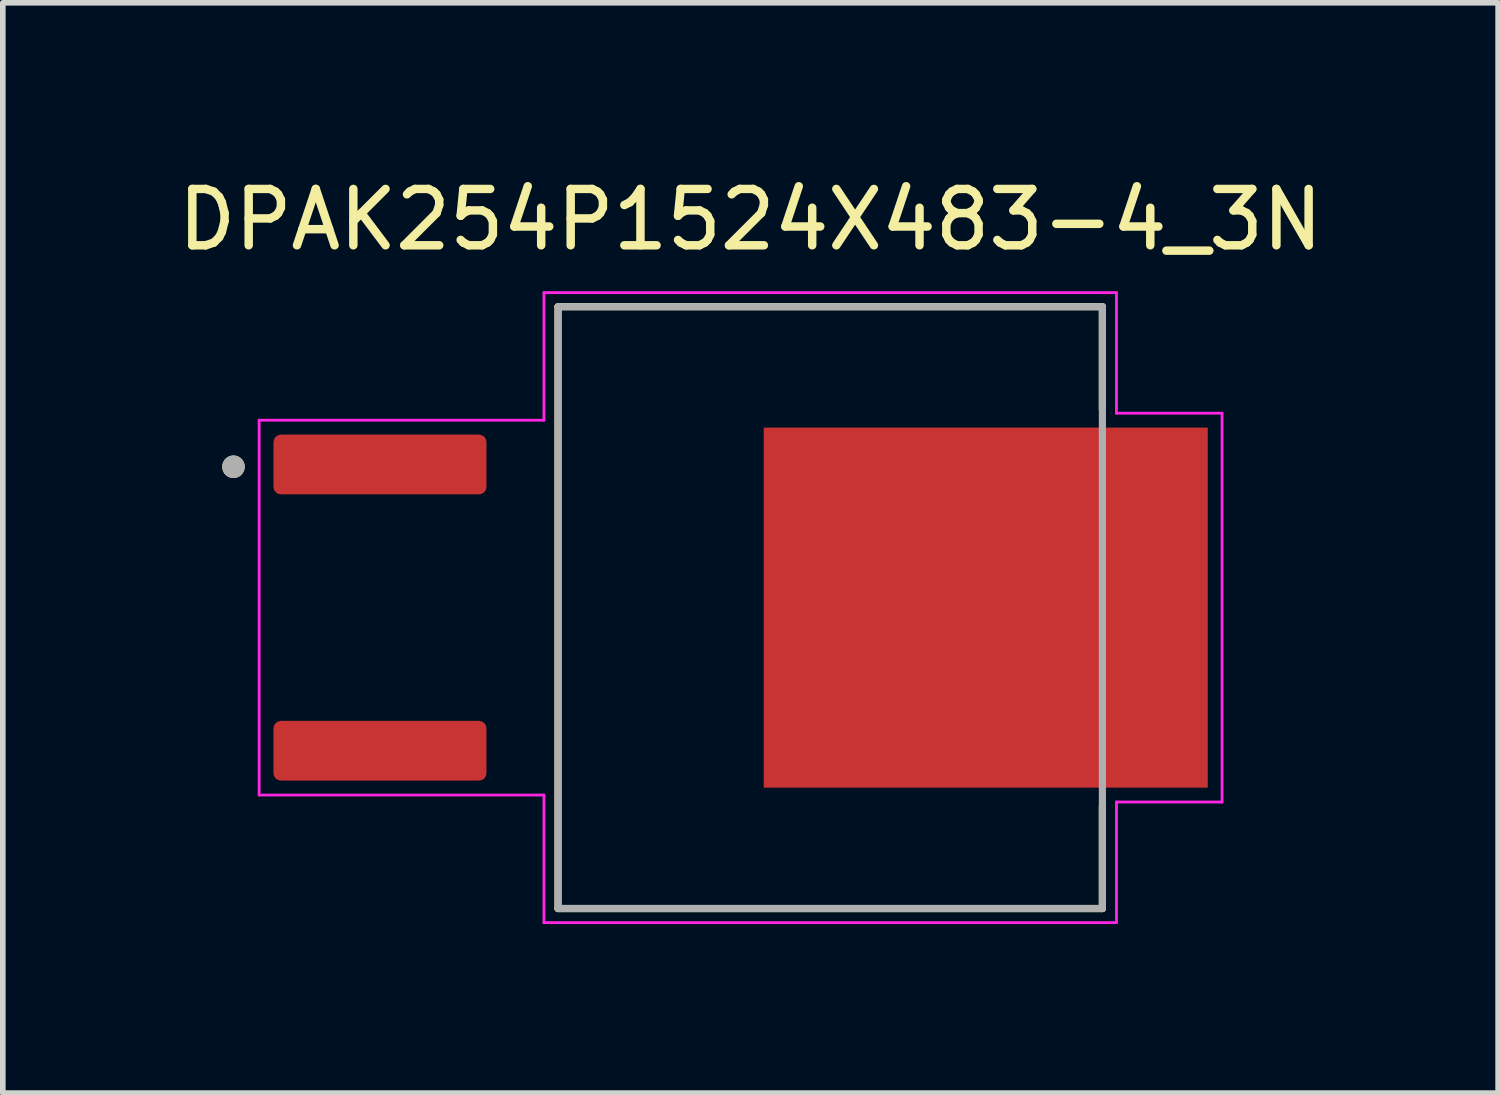
<source format=kicad_pcb>
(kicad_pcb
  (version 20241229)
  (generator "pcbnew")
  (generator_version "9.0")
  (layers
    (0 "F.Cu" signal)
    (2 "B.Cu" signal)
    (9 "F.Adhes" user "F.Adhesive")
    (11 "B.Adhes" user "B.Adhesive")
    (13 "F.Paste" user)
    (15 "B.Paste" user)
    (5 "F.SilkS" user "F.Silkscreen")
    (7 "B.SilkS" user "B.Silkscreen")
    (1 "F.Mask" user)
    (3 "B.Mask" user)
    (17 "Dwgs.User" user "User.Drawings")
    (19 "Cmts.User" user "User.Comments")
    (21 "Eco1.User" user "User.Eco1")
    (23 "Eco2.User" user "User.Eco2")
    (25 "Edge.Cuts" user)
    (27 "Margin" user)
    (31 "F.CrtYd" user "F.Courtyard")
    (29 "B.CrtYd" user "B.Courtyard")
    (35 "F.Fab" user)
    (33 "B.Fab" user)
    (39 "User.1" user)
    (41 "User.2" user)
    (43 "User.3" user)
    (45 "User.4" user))
  (footprint "DPAK254P1524X483-4_3N"
    (layer "F.Cu")
    (at 10.093 7.733)
    (property "Reference" "DPAK254P1524X483-4_3N" (at 0.175 -6.885 0) (layer "F.SilkS") (effects (font (size 1 1) (thickness 0.15))))
    (attr smd)
    (fp_line (start -3.24 -5.34) (end -3.24 5.34) (stroke (width 0.127) (type solid)) (layer "F.SilkS"))
    (fp_line (start -3.24 5.34) (end 6.42 5.34) (stroke (width 0.127) (type solid)) (layer "F.SilkS"))
    (fp_line (start 6.42 -5.34) (end -3.24 -5.34) (stroke (width 0.127) (type solid)) (layer "F.SilkS"))
    (fp_line (start 6.42 -3.52) (end 6.42 -5.34) (stroke (width 0.127) (type solid)) (layer "F.SilkS"))
    (fp_line (start 6.42 5.34) (end 6.42 3.52) (stroke (width 0.127) (type solid)) (layer "F.SilkS"))
    (fp_circle (center -9 -2.5) (end -8.9 -2.5) (stroke (width 0.2) (type solid)) (fill no) (layer "F.SilkS"))
    (fp_poly (pts (xy 0.735 -2.545) (xy 2.055 -2.545) (xy 2.055 -0.645) (xy 0.735 -0.645)) (stroke (width 0.01) (type solid)) (fill yes) (layer "F.Paste"))
    (fp_poly (pts (xy 0.735 0.645) (xy 2.055 0.645) (xy 2.055 2.545) (xy 0.735 2.545)) (stroke (width 0.01) (type solid)) (fill yes) (layer "F.Paste"))
    (fp_poly (pts (xy 2.705 -2.545) (xy 4.025 -2.545) (xy 4.025 -0.645) (xy 2.705 -0.645)) (stroke (width 0.01) (type solid)) (fill yes) (layer "F.Paste"))
    (fp_poly (pts (xy 2.705 0.645) (xy 4.025 0.645) (xy 4.025 2.545) (xy 2.705 2.545)) (stroke (width 0.01) (type solid)) (fill yes) (layer "F.Paste"))
    (fp_poly (pts (xy 4.675 -2.545) (xy 5.995 -2.545) (xy 5.995 -0.645) (xy 4.675 -0.645)) (stroke (width 0.01) (type solid)) (fill yes) (layer "F.Paste"))
    (fp_poly (pts (xy 4.675 0.645) (xy 5.995 0.645) (xy 5.995 2.545) (xy 4.675 2.545)) (stroke (width 0.01) (type solid)) (fill yes) (layer "F.Paste"))
    (fp_poly (pts (xy 6.645 -2.545) (xy 7.965 -2.545) (xy 7.965 -0.645) (xy 6.645 -0.645)) (stroke (width 0.01) (type solid)) (fill yes) (layer "F.Paste"))
    (fp_poly (pts (xy 6.645 0.645) (xy 7.965 0.645) (xy 7.965 2.545) (xy 6.645 2.545)) (stroke (width 0.01) (type solid)) (fill yes) (layer "F.Paste"))
    (fp_line (start -8.544 -3.326) (end -3.49 -3.326) (stroke (width 0.05) (type solid)) (layer "F.CrtYd"))
    (fp_line (start -8.544 3.326) (end -8.544 -3.326) (stroke (width 0.05) (type solid)) (layer "F.CrtYd"))
    (fp_line (start -3.49 -5.59) (end 6.67 -5.59) (stroke (width 0.05) (type solid)) (layer "F.CrtYd"))
    (fp_line (start -3.49 -3.326) (end -3.49 -5.59) (stroke (width 0.05) (type solid)) (layer "F.CrtYd"))
    (fp_line (start -3.49 3.326) (end -8.544 3.326) (stroke (width 0.05) (type solid)) (layer "F.CrtYd"))
    (fp_line (start -3.49 5.59) (end -3.49 3.326) (stroke (width 0.05) (type solid)) (layer "F.CrtYd"))
    (fp_line (start 6.67 -5.59) (end 6.67 -3.45) (stroke (width 0.05) (type solid)) (layer "F.CrtYd"))
    (fp_line (start 6.67 -3.45) (end 8.544 -3.45) (stroke (width 0.05) (type solid)) (layer "F.CrtYd"))
    (fp_line (start 6.67 3.45) (end 6.67 5.59) (stroke (width 0.05) (type solid)) (layer "F.CrtYd"))
    (fp_line (start 6.67 5.59) (end -3.49 5.59) (stroke (width 0.05) (type solid)) (layer "F.CrtYd"))
    (fp_line (start 8.544 -3.45) (end 8.544 3.45) (stroke (width 0.05) (type solid)) (layer "F.CrtYd"))
    (fp_line (start 8.544 3.45) (end 6.67 3.45) (stroke (width 0.05) (type solid)) (layer "F.CrtYd"))
    (fp_line (start -3.24 -5.34) (end 6.42 -5.34) (stroke (width 0.127) (type solid)) (layer "F.Fab"))
    (fp_line (start -3.24 5.34) (end -3.24 -5.34) (stroke (width 0.127) (type solid)) (layer "F.Fab"))
    (fp_line (start 6.42 -5.34) (end 6.42 5.34) (stroke (width 0.127) (type solid)) (layer "F.Fab"))
    (fp_line (start 6.42 5.34) (end -3.24 5.34) (stroke (width 0.127) (type solid)) (layer "F.Fab"))
    (fp_circle (center -9 -2.5) (end -8.9 -2.5) (stroke (width 0.2) (type solid)) (fill no) (layer "F.Fab"))
    (pad "1" smd roundrect (at -6.4 -2.54) (size 3.78 1.06) (layers "F.Cu" "F.Mask" "F.Paste") (roundrect_rratio 0.125))
    (pad "3" smd roundrect (at -6.4 2.54) (size 3.78 1.06) (layers "F.Cu" "F.Mask" "F.Paste") (roundrect_rratio 0.125))
    (pad "4" smd rect (at 4.35 0) (size 7.88 6.39) (layers "F.Cu" "F.Mask")))
  (gr_rect
    (start -3 -3)
    (end 23.536 16.348)
    (stroke (width 0.1) (type default))
    (fill no)
    (layer "Edge.Cuts")))
</source>
